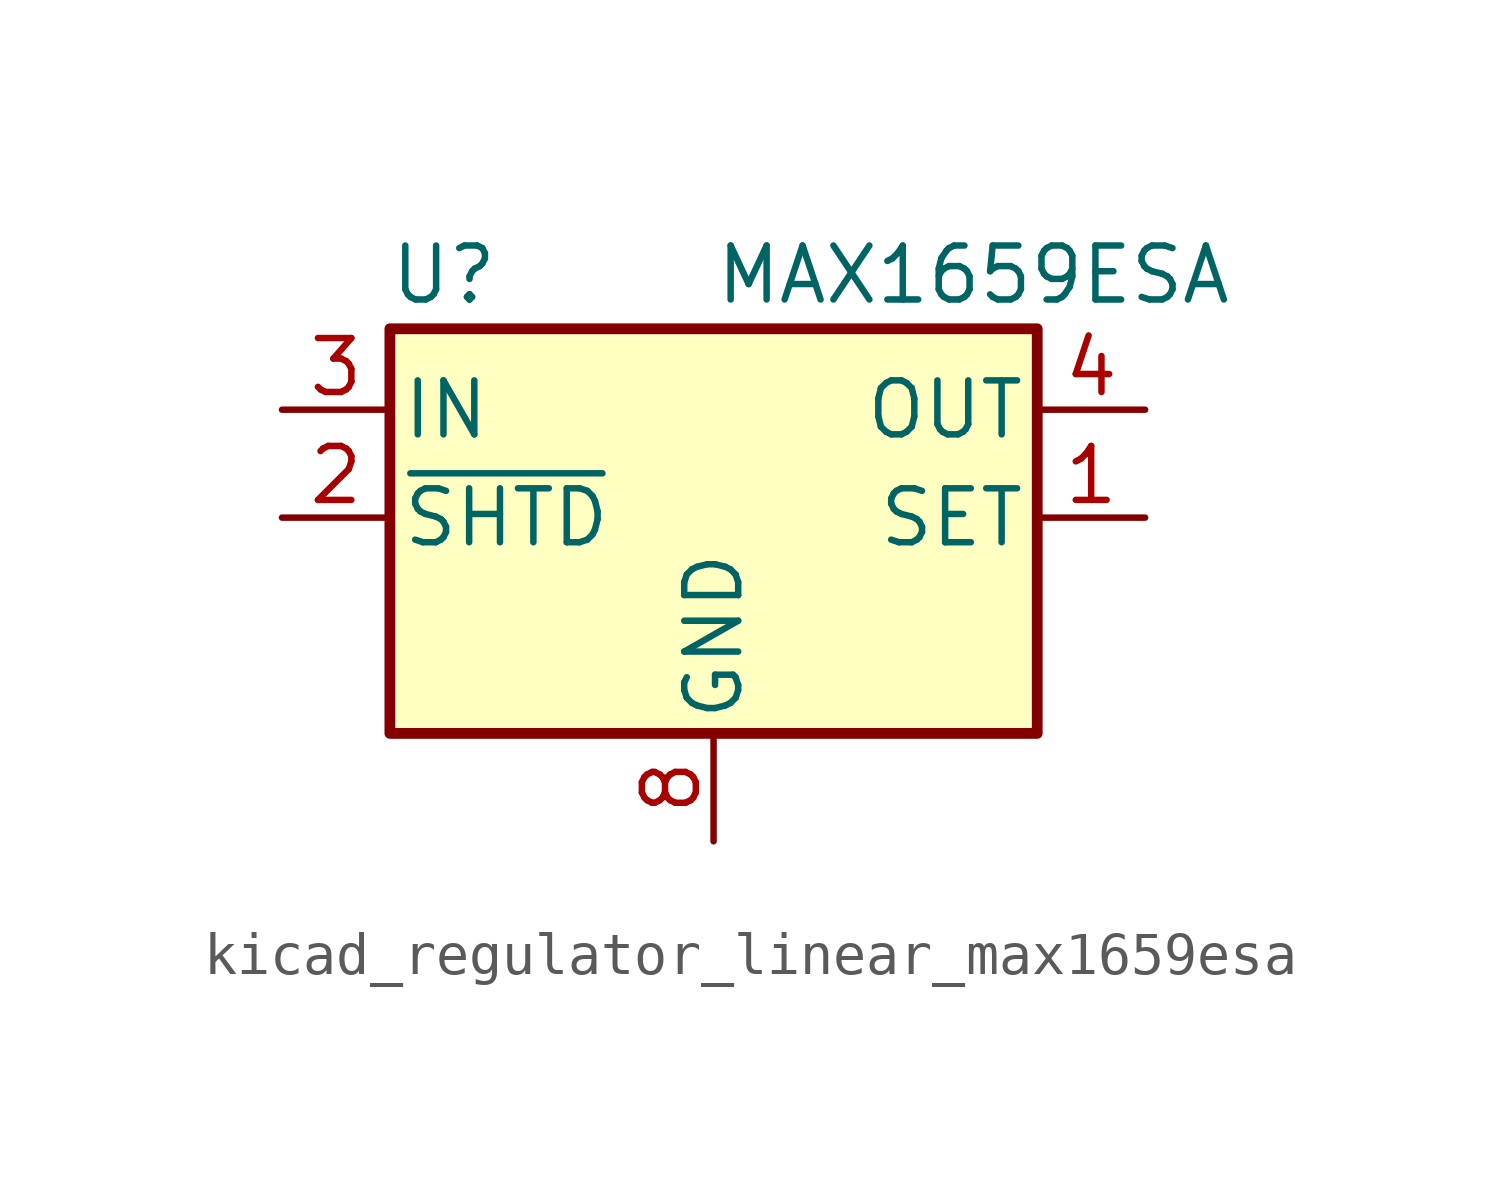
<source format=kicad_sym>
(kicad_symbol_lib
  (version 20220914)
  (generator kicad_symbol_editor)
  (symbol "kicad_regulator_linear_max1659esa"
    (pin_names
      (offset 0.254))
    (property "Reference" "U"
      (at -6.35 5.715 0)
      (effects (font (size 1.27 1.27))))
    (property "Value" "MAX1659ESA"
      (at 0 5.715 0)
      (effects (font (size 1.27 1.27)) (justify left)))
    (symbol "kicad_regulator_linear_max1659esa_0_1"
      (rectangle (start -7.62 4.445) (end 7.62 -5.08) (stroke (width 0.254) (type default)) (fill (type background))))
    (symbol "kicad_regulator_linear_max1659esa_1_1"
      (pin passive line (at 10.16 0 180) (length 2.54) (name "SET" (effects (font (size 1.27 1.27)))) (number "1" (effects (font (size 1.27 1.27)))))
      (pin input line (at -10.16 0 0) (length 2.54) (name "~{SHTD}" (effects (font (size 1.27 1.27)))) (number "2" (effects (font (size 1.27 1.27)))))
      (pin power_in line (at -10.16 2.54 0) (length 2.54) (name "IN" (effects (font (size 1.27 1.27)))) (number "3" (effects (font (size 1.27 1.27)))))
      (pin power_out line (at 10.16 2.54 180) (length 2.54) (name "OUT" (effects (font (size 1.27 1.27)))) (number "4" (effects (font (size 1.27 1.27)))))
      (pin passive line (at 10.16 2.54 180) (length 2.54) hide (name "OUT" (effects (font (size 1.27 1.27)))) (number "5" (effects (font (size 1.27 1.27)))))
      (pin passive line (at -10.16 2.54 0) (length 2.54) hide (name "IN" (effects (font (size 1.27 1.27)))) (number "6" (effects (font (size 1.27 1.27)))))
      (pin passive line (at -10.16 2.54 0) (length 2.54) hide (name "IN" (effects (font (size 1.27 1.27)))) (number "7" (effects (font (size 1.27 1.27)))))
      (pin power_in line (at 0 -7.62 90) (length 2.54) (name "GND" (effects (font (size 1.27 1.27)))) (number "8" (effects (font (size 1.27 1.27))))))))
</source>
